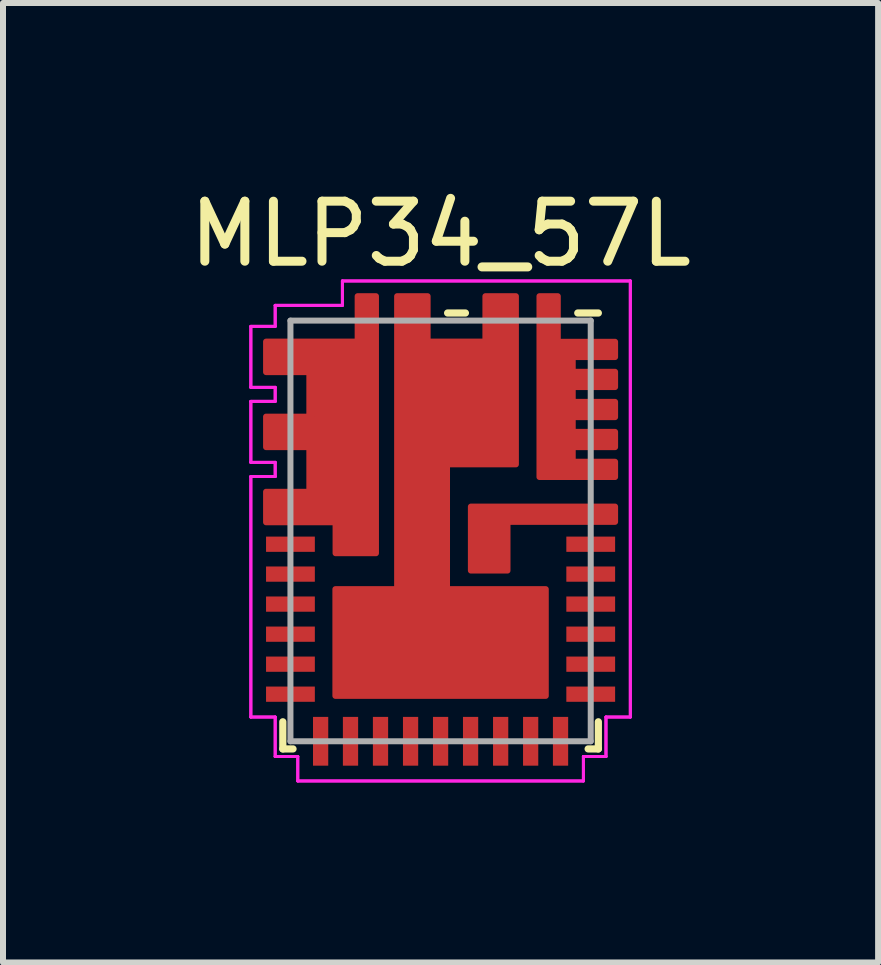
<source format=kicad_pcb>
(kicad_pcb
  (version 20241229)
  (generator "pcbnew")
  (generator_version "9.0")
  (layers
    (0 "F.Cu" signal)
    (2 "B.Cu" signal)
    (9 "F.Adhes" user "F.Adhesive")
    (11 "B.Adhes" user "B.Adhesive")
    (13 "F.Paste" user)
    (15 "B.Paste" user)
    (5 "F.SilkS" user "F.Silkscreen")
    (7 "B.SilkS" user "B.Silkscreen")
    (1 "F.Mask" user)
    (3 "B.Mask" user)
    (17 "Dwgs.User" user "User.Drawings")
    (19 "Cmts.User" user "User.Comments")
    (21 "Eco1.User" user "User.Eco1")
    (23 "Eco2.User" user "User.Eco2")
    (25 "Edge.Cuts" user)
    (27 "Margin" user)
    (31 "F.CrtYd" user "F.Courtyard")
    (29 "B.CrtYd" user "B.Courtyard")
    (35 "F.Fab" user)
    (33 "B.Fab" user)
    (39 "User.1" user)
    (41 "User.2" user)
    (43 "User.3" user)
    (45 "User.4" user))
  (footprint "MLP34_57L"
    (layer "F.Cu")
    (at 4.292 5.798)
    (property "Reference" "MLP34_57L" (at 0 -4.95 0) (layer "F.SilkS") (effects (font (size 1 1) (thickness 0.15))))
    (attr through_hole)
    (fp_poly (pts (xy 0.505 -0.406) (xy 0.505 0.66) (xy 1.115 0.66) (xy 1.115 -0.152) (xy 2.908 -0.152) (xy 2.908 -0.406)) (stroke (width 0.1) (type solid)) (fill yes) (layer "F.Cu"))
    (fp_poly (pts (xy -0.724 -3.912) (xy -0.724 0.97) (xy -1.753 0.97) (xy -1.753 2.748) (xy 1.753 2.748) (xy 1.753 0.97) (xy 0.107 0.97) (xy 0.107 -1.11) (xy 1.255 -1.11) (xy 1.255 -3.912) (xy 0.747 -3.912) (xy 0.747 -3.155) (xy -0.216 -3.155) (xy -0.216 -3.912)) (stroke (width 0.1) (type solid)) (fill yes) (layer "F.Cu"))
    (fp_poly (pts (xy -2.908 -3.155) (xy -2.908 -2.647) (xy -2.187 -2.647) (xy -2.187 -1.905) (xy -2.908 -1.905) (xy -2.908 -1.397) (xy -2.187 -1.397) (xy -2.187 -0.653) (xy -2.908 -0.653) (xy -2.908 -0.145) (xy -1.75 -0.145) (xy -1.75 0.371) (xy -1.077 0.371) (xy -1.077 -3.912) (xy -1.382 -3.912) (xy -1.382 -3.155)) (stroke (width 0.1) (type solid)) (fill yes) (layer "F.Cu"))
    (fp_poly (pts (xy 1.648 -0.899) (xy 2.908 -0.899) (xy 2.908 -1.153) (xy 2.202 -1.153) (xy 2.202 -1.397) (xy 2.908 -1.397) (xy 2.908 -1.651) (xy 2.202 -1.651) (xy 2.202 -1.897) (xy 2.908 -1.897) (xy 2.908 -2.151) (xy 2.202 -2.151) (xy 2.202 -2.398) (xy 2.908 -2.398) (xy 2.908 -2.652) (xy 2.202 -2.652) (xy 2.202 -2.898) (xy 2.908 -2.898) (xy 2.908 -3.152) (xy 1.953 -3.152) (xy 1.953 -3.912) (xy 1.648 -3.912)) (stroke (width 0.1) (type solid)) (fill yes) (layer "F.Cu"))
    (fp_poly (pts (xy 0.505 -0.406) (xy 0.505 0.66) (xy 1.115 0.66) (xy 1.115 -0.152) (xy 2.908 -0.152) (xy 2.908 -0.406)) (stroke (width 0.1) (type solid)) (fill yes) (layer "F.Mask"))
    (fp_poly (pts (xy -0.724 -3.912) (xy -0.724 0.97) (xy -1.753 0.97) (xy -1.753 2.748) (xy 1.753 2.748) (xy 1.753 0.97) (xy 0.107 0.97) (xy 0.107 -1.11) (xy 1.255 -1.11) (xy 1.255 -3.912) (xy 0.747 -3.912) (xy 0.747 -3.155) (xy -0.216 -3.155) (xy -0.216 -3.912)) (stroke (width 0.1) (type solid)) (fill yes) (layer "F.Mask"))
    (fp_poly (pts (xy -2.908 -3.155) (xy -2.908 -2.647) (xy -2.187 -2.647) (xy -2.187 -1.905) (xy -2.908 -1.905) (xy -2.908 -1.397) (xy -2.187 -1.397) (xy -2.187 -0.653) (xy -2.908 -0.653) (xy -2.908 -0.145) (xy -1.75 -0.145) (xy -1.75 0.371) (xy -1.077 0.371) (xy -1.077 -3.912) (xy -1.382 -3.912) (xy -1.382 -3.155)) (stroke (width 0.1) (type solid)) (fill yes) (layer "F.Mask"))
    (fp_poly (pts (xy 1.648 -0.899) (xy 2.908 -0.899) (xy 2.908 -1.153) (xy 2.202 -1.153) (xy 2.202 -1.397) (xy 2.908 -1.397) (xy 2.908 -1.651) (xy 2.202 -1.651) (xy 2.202 -1.897) (xy 2.908 -1.897) (xy 2.908 -2.151) (xy 2.202 -2.151) (xy 2.202 -2.398) (xy 2.908 -2.398) (xy 2.908 -2.652) (xy 2.202 -2.652) (xy 2.202 -2.898) (xy 2.908 -2.898) (xy 2.908 -3.152) (xy 1.953 -3.152) (xy 1.953 -3.912) (xy 1.648 -3.912)) (stroke (width 0.1) (type solid)) (fill yes) (layer "F.Mask"))
    (fp_line (start -2.629 3.632) (end -2.629 3.18) (stroke (width 0.12) (type solid)) (layer "F.SilkS"))
    (fp_line (start -2.459 3.632) (end -2.629 3.632) (stroke (width 0.12) (type solid)) (layer "F.SilkS"))
    (fp_line (start 0.117 -3.632) (end 0.414 -3.632) (stroke (width 0.12) (type solid)) (layer "F.SilkS"))
    (fp_line (start 2.286 -3.632) (end 2.629 -3.632) (stroke (width 0.12) (type solid)) (layer "F.SilkS"))
    (fp_line (start 2.629 3.18) (end 2.629 3.632) (stroke (width 0.12) (type solid)) (layer "F.SilkS"))
    (fp_line (start 2.629 3.632) (end 2.459 3.632) (stroke (width 0.12) (type solid)) (layer "F.SilkS"))
    (fp_poly (pts (xy 0.505 -0.406) (xy 0.505 0.66) (xy 1.115 0.66) (xy 1.115 -0.152) (xy 2.908 -0.152) (xy 2.908 -0.406)) (stroke (width 0.1) (type solid)) (fill yes) (layer "F.Paste"))
    (fp_poly (pts (xy -0.724 -3.912) (xy -0.724 0.97) (xy -1.753 0.97) (xy -1.753 2.748) (xy 1.753 2.748) (xy 1.753 0.97) (xy 0.107 0.97) (xy 0.107 -1.11) (xy 1.255 -1.11) (xy 1.255 -3.912) (xy 0.747 -3.912) (xy 0.747 -3.155) (xy -0.216 -3.155) (xy -0.216 -3.912)) (stroke (width 0.1) (type solid)) (fill yes) (layer "F.Paste"))
    (fp_poly (pts (xy -2.908 -3.155) (xy -2.908 -2.647) (xy -2.187 -2.647) (xy -2.187 -1.905) (xy -2.908 -1.905) (xy -2.908 -1.397) (xy -2.187 -1.397) (xy -2.187 -0.653) (xy -2.908 -0.653) (xy -2.908 -0.145) (xy -1.75 -0.145) (xy -1.75 0.371) (xy -1.077 0.371) (xy -1.077 -3.912) (xy -1.382 -3.912) (xy -1.382 -3.155)) (stroke (width 0.1) (type solid)) (fill yes) (layer "F.Paste"))
    (fp_poly (pts (xy 1.648 -0.899) (xy 2.908 -0.899) (xy 2.908 -1.153) (xy 2.202 -1.153) (xy 2.202 -1.397) (xy 2.908 -1.397) (xy 2.908 -1.651) (xy 2.202 -1.651) (xy 2.202 -1.897) (xy 2.908 -1.897) (xy 2.908 -2.151) (xy 2.202 -2.151) (xy 2.202 -2.398) (xy 2.908 -2.398) (xy 2.908 -2.652) (xy 2.202 -2.652) (xy 2.202 -2.898) (xy 2.908 -2.898) (xy 2.908 -3.152) (xy 1.953 -3.152) (xy 1.953 -3.912) (xy 1.648 -3.912)) (stroke (width 0.1) (type solid)) (fill yes) (layer "F.Paste"))
    (fp_line (start -3.162 -3.409) (end -3.162 -2.393) (stroke (width 0.05) (type solid)) (layer "F.CrtYd"))
    (fp_line (start -3.162 -3.409) (end -3.162 -2.393) (stroke (width 0.05) (type solid)) (layer "F.CrtYd"))
    (fp_line (start -3.162 -2.393) (end -2.756 -2.393) (stroke (width 0.05) (type solid)) (layer "F.CrtYd"))
    (fp_line (start -3.162 -2.393) (end -2.756 -2.393) (stroke (width 0.05) (type solid)) (layer "F.CrtYd"))
    (fp_line (start -3.162 -2.159) (end -3.162 -1.143) (stroke (width 0.05) (type solid)) (layer "F.CrtYd"))
    (fp_line (start -3.162 -2.159) (end -3.162 -1.143) (stroke (width 0.05) (type solid)) (layer "F.CrtYd"))
    (fp_line (start -3.162 -1.143) (end -2.756 -1.143) (stroke (width 0.05) (type solid)) (layer "F.CrtYd"))
    (fp_line (start -3.162 -1.143) (end -2.756 -1.143) (stroke (width 0.05) (type solid)) (layer "F.CrtYd"))
    (fp_line (start -3.162 -0.907) (end -3.162 3.101) (stroke (width 0.05) (type solid)) (layer "F.CrtYd"))
    (fp_line (start -3.162 -0.907) (end -3.162 3.101) (stroke (width 0.05) (type solid)) (layer "F.CrtYd"))
    (fp_line (start -3.162 3.101) (end -2.756 3.101) (stroke (width 0.05) (type solid)) (layer "F.CrtYd"))
    (fp_line (start -3.162 3.101) (end -2.756 3.101) (stroke (width 0.05) (type solid)) (layer "F.CrtYd"))
    (fp_line (start -2.756 -3.759) (end -2.756 -3.409) (stroke (width 0.05) (type solid)) (layer "F.CrtYd"))
    (fp_line (start -2.756 -3.759) (end -2.756 -3.409) (stroke (width 0.05) (type solid)) (layer "F.CrtYd"))
    (fp_line (start -2.756 -3.409) (end -3.162 -3.409) (stroke (width 0.05) (type solid)) (layer "F.CrtYd"))
    (fp_line (start -2.756 -3.409) (end -3.162 -3.409) (stroke (width 0.05) (type solid)) (layer "F.CrtYd"))
    (fp_line (start -2.756 -2.393) (end -2.756 -2.159) (stroke (width 0.05) (type solid)) (layer "F.CrtYd"))
    (fp_line (start -2.756 -2.393) (end -2.756 -2.159) (stroke (width 0.05) (type solid)) (layer "F.CrtYd"))
    (fp_line (start -2.756 -2.159) (end -3.162 -2.159) (stroke (width 0.05) (type solid)) (layer "F.CrtYd"))
    (fp_line (start -2.756 -2.159) (end -3.162 -2.159) (stroke (width 0.05) (type solid)) (layer "F.CrtYd"))
    (fp_line (start -2.756 -1.143) (end -2.756 -0.907) (stroke (width 0.05) (type solid)) (layer "F.CrtYd"))
    (fp_line (start -2.756 -1.143) (end -2.756 -0.907) (stroke (width 0.05) (type solid)) (layer "F.CrtYd"))
    (fp_line (start -2.756 -0.907) (end -3.162 -0.907) (stroke (width 0.05) (type solid)) (layer "F.CrtYd"))
    (fp_line (start -2.756 -0.907) (end -3.162 -0.907) (stroke (width 0.05) (type solid)) (layer "F.CrtYd"))
    (fp_line (start -2.756 3.101) (end -2.756 3.759) (stroke (width 0.05) (type solid)) (layer "F.CrtYd"))
    (fp_line (start -2.756 3.101) (end -2.756 3.759) (stroke (width 0.05) (type solid)) (layer "F.CrtYd"))
    (fp_line (start -2.756 3.759) (end -2.38 3.759) (stroke (width 0.05) (type solid)) (layer "F.CrtYd"))
    (fp_line (start -2.756 3.759) (end -2.38 3.759) (stroke (width 0.05) (type solid)) (layer "F.CrtYd"))
    (fp_line (start -2.38 3.759) (end -2.38 4.166) (stroke (width 0.05) (type solid)) (layer "F.CrtYd"))
    (fp_line (start -2.38 3.759) (end -2.38 4.166) (stroke (width 0.05) (type solid)) (layer "F.CrtYd"))
    (fp_line (start -2.38 4.166) (end 2.38 4.166) (stroke (width 0.05) (type solid)) (layer "F.CrtYd"))
    (fp_line (start -2.38 4.166) (end 2.38 4.166) (stroke (width 0.05) (type solid)) (layer "F.CrtYd"))
    (fp_line (start -1.636 -4.166) (end -1.636 -3.759) (stroke (width 0.05) (type solid)) (layer "F.CrtYd"))
    (fp_line (start -1.636 -4.166) (end -1.636 -3.759) (stroke (width 0.05) (type solid)) (layer "F.CrtYd"))
    (fp_line (start -1.636 -3.759) (end -2.756 -3.759) (stroke (width 0.05) (type solid)) (layer "F.CrtYd"))
    (fp_line (start -1.636 -3.759) (end -2.756 -3.759) (stroke (width 0.05) (type solid)) (layer "F.CrtYd"))
    (fp_line (start 2.38 3.759) (end 2.756 3.759) (stroke (width 0.05) (type solid)) (layer "F.CrtYd"))
    (fp_line (start 2.38 3.759) (end 2.756 3.759) (stroke (width 0.05) (type solid)) (layer "F.CrtYd"))
    (fp_line (start 2.38 4.166) (end 2.38 3.759) (stroke (width 0.05) (type solid)) (layer "F.CrtYd"))
    (fp_line (start 2.38 4.166) (end 2.38 3.759) (stroke (width 0.05) (type solid)) (layer "F.CrtYd"))
    (fp_line (start 2.756 3.101) (end 3.162 3.101) (stroke (width 0.05) (type solid)) (layer "F.CrtYd"))
    (fp_line (start 2.756 3.101) (end 3.162 3.101) (stroke (width 0.05) (type solid)) (layer "F.CrtYd"))
    (fp_line (start 2.756 3.759) (end 2.756 3.101) (stroke (width 0.05) (type solid)) (layer "F.CrtYd"))
    (fp_line (start 2.756 3.759) (end 2.756 3.101) (stroke (width 0.05) (type solid)) (layer "F.CrtYd"))
    (fp_line (start 3.162 -4.166) (end -1.636 -4.166) (stroke (width 0.05) (type solid)) (layer "F.CrtYd"))
    (fp_line (start 3.162 -4.166) (end -1.636 -4.166) (stroke (width 0.05) (type solid)) (layer "F.CrtYd"))
    (fp_line (start 3.162 3.101) (end 3.162 -4.166) (stroke (width 0.05) (type solid)) (layer "F.CrtYd"))
    (fp_line (start 3.162 3.101) (end 3.162 -4.166) (stroke (width 0.05) (type solid)) (layer "F.CrtYd"))
    (fp_line (start -2.502 -3.505) (end -2.502 3.505) (stroke (width 0.1) (type solid)) (layer "F.Fab"))
    (fp_line (start -2.502 3.505) (end 2.502 3.505) (stroke (width 0.1) (type solid)) (layer "F.Fab"))
    (fp_line (start 2.502 -3.505) (end -2.502 -3.505) (stroke (width 0.1) (type solid)) (layer "F.Fab"))
    (fp_line (start 2.502 3.505) (end 2.502 -3.505) (stroke (width 0.1) (type solid)) (layer "F.Fab"))
    (pad "1" smd rect (at -2.502 -2.901) (size 0.813 0.508) (layers "F.Cu" "F.Mask" "F.Paste"))
    (pad "2" smd rect (at -2.502 -1.651) (size 0.813 0.508) (layers "F.Cu" "F.Mask" "F.Paste"))
    (pad "3" smd rect (at -2.502 -0.399) (size 0.813 0.508) (layers "F.Cu" "F.Mask" "F.Paste"))
    (pad "4" smd rect (at -2.502 0.221) (size 0.813 0.254) (layers "F.Cu" "F.Mask" "F.Paste"))
    (pad "5" smd rect (at -2.502 0.719) (size 0.813 0.254) (layers "F.Cu" "F.Mask" "F.Paste"))
    (pad "6" smd rect (at -2.502 1.219) (size 0.813 0.254) (layers "F.Cu" "F.Mask" "F.Paste"))
    (pad "7" smd rect (at -2.502 1.72) (size 0.813 0.254) (layers "F.Cu" "F.Mask" "F.Paste"))
    (pad "8" smd rect (at -2.502 2.22) (size 0.813 0.254) (layers "F.Cu" "F.Mask" "F.Paste"))
    (pad "9" smd rect (at -2.502 2.72) (size 0.813 0.254) (layers "F.Cu" "F.Mask" "F.Paste"))
    (pad "10" smd rect (at -1.999 3.505 90) (size 0.813 0.254) (layers "F.Cu" "F.Mask" "F.Paste"))
    (pad "11" smd rect (at -1.501 3.505 90) (size 0.813 0.254) (layers "F.Cu" "F.Mask" "F.Paste"))
    (pad "12" smd rect (at -1.001 3.505 90) (size 0.813 0.254) (layers "F.Cu" "F.Mask" "F.Paste"))
    (pad "13" smd rect (at -0.5 3.505 90) (size 0.813 0.254) (layers "F.Cu" "F.Mask" "F.Paste"))
    (pad "14" smd rect (at 0 3.505 90) (size 0.813 0.254) (layers "F.Cu" "F.Mask" "F.Paste"))
    (pad "15" smd rect (at 0.5 3.505 90) (size 0.813 0.254) (layers "F.Cu" "F.Mask" "F.Paste"))
    (pad "16" smd rect (at 1.001 3.505 90) (size 0.813 0.254) (layers "F.Cu" "F.Mask" "F.Paste"))
    (pad "17" smd rect (at 1.501 3.505 90) (size 0.813 0.254) (layers "F.Cu" "F.Mask" "F.Paste"))
    (pad "18" smd rect (at 1.999 3.505 90) (size 0.813 0.254) (layers "F.Cu" "F.Mask" "F.Paste"))
    (pad "19" smd rect (at 2.502 2.72) (size 0.813 0.254) (layers "F.Cu" "F.Mask" "F.Paste"))
    (pad "20" smd rect (at 2.502 2.22) (size 0.813 0.254) (layers "F.Cu" "F.Mask" "F.Paste"))
    (pad "21" smd rect (at 2.502 1.72) (size 0.813 0.254) (layers "F.Cu" "F.Mask" "F.Paste"))
    (pad "22" smd rect (at 2.502 1.219) (size 0.813 0.254) (layers "F.Cu" "F.Mask" "F.Paste"))
    (pad "23" smd rect (at 2.502 0.719) (size 0.813 0.254) (layers "F.Cu" "F.Mask" "F.Paste"))
    (pad "24" smd rect (at 2.502 0.221) (size 0.813 0.254) (layers "F.Cu" "F.Mask" "F.Paste"))
    (pad "25" smd rect (at 2.502 -0.279) (size 0.813 0.254) (layers "F.Cu" "F.Mask" "F.Paste"))
    (pad "26" smd rect (at 2.502 -1.026) (size 0.813 0.254) (layers "F.Cu" "F.Mask" "F.Paste"))
    (pad "27" smd rect (at 2.502 -1.524) (size 0.813 0.254) (layers "F.Cu" "F.Mask" "F.Paste"))
    (pad "28" smd rect (at 2.502 -2.024) (size 0.813 0.254) (layers "F.Cu" "F.Mask" "F.Paste"))
    (pad "29" smd rect (at 2.502 -2.525) (size 0.813 0.254) (layers "F.Cu" "F.Mask" "F.Paste"))
    (pad "30" smd rect (at 2.502 -3.025) (size 0.813 0.254) (layers "F.Cu" "F.Mask" "F.Paste"))
    (pad "31" smd rect (at 1.801 -3.505 90) (size 0.813 0.305) (layers "F.Cu" "F.Mask" "F.Paste"))
    (pad "32" smd rect (at 1.001 -3.505 90) (size 0.813 0.508) (layers "F.Cu" "F.Mask" "F.Paste"))
    (pad "33" smd rect (at -0.47 -3.505 90) (size 0.813 0.508) (layers "F.Cu" "F.Mask" "F.Paste"))
    (pad "34" smd rect (at -1.229 -3.505 90) (size 0.813 0.305) (layers "F.Cu" "F.Mask" "F.Paste")))
  (gr_rect
    (start -3 -3)
    (end 11.583 12.989)
    (stroke (width 0.1) (type default))
    (fill no)
    (layer "Edge.Cuts")))
</source>
